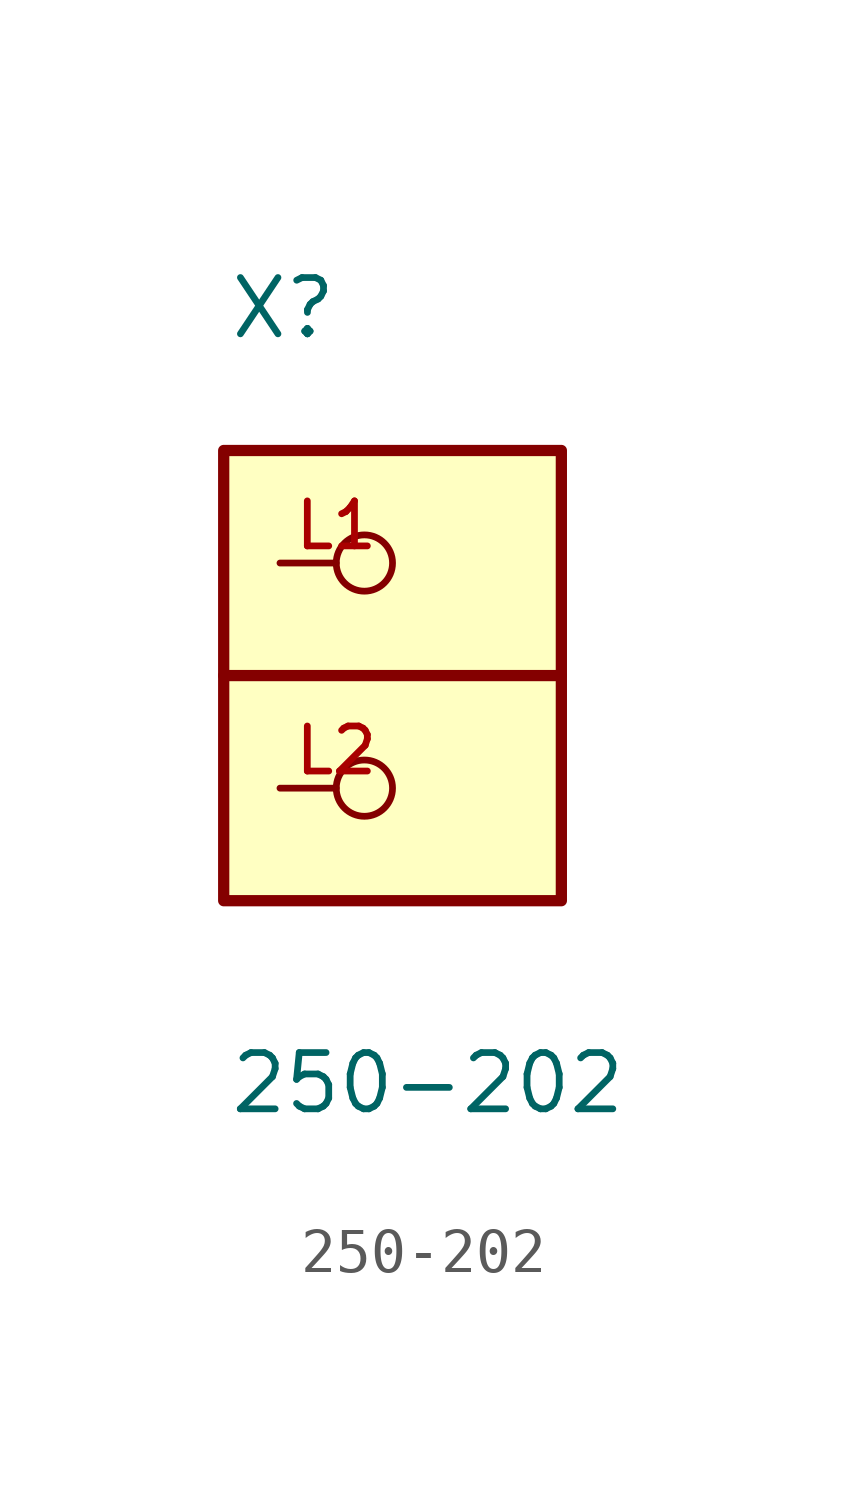
<source format=kicad_sym>
(kicad_symbol_lib
  (version 20211014)
  (generator kicad_symbol_editor)
  (symbol "250-202"
    (pin_names
      (offset 1.016))
    (property "Reference" "X"
      (at -3.714 7.549 0)
      (effects (font (size 1.27 1.27)) (justify bottom left)))
    (property "Value" "250-202"
      (at -3.717 -9.94 0)
      (effects (font (size 1.27 1.27)) (justify bottom left)))
    (symbol "250-202_0_0"
      (polyline (pts (xy -3.81 0.0) (xy 3.81 0.0)) (stroke (width 0.254)))
      (rectangle (start -3.81 -5.08) (end 3.81 5.08) (stroke (width 0.254)) (fill (type background)))
      (pin bidirectional inverted (at -2.54 -2.54 0) (length 2.54) (name "~" (effects (font (size 1.016 1.016)))) (number "L2" (effects (font (size 1.016 1.016)))))
      (pin bidirectional inverted (at -2.54 2.54 0) (length 2.54) (name "~" (effects (font (size 1.016 1.016)))) (number "L1" (effects (font (size 1.016 1.016))))))))
</source>
